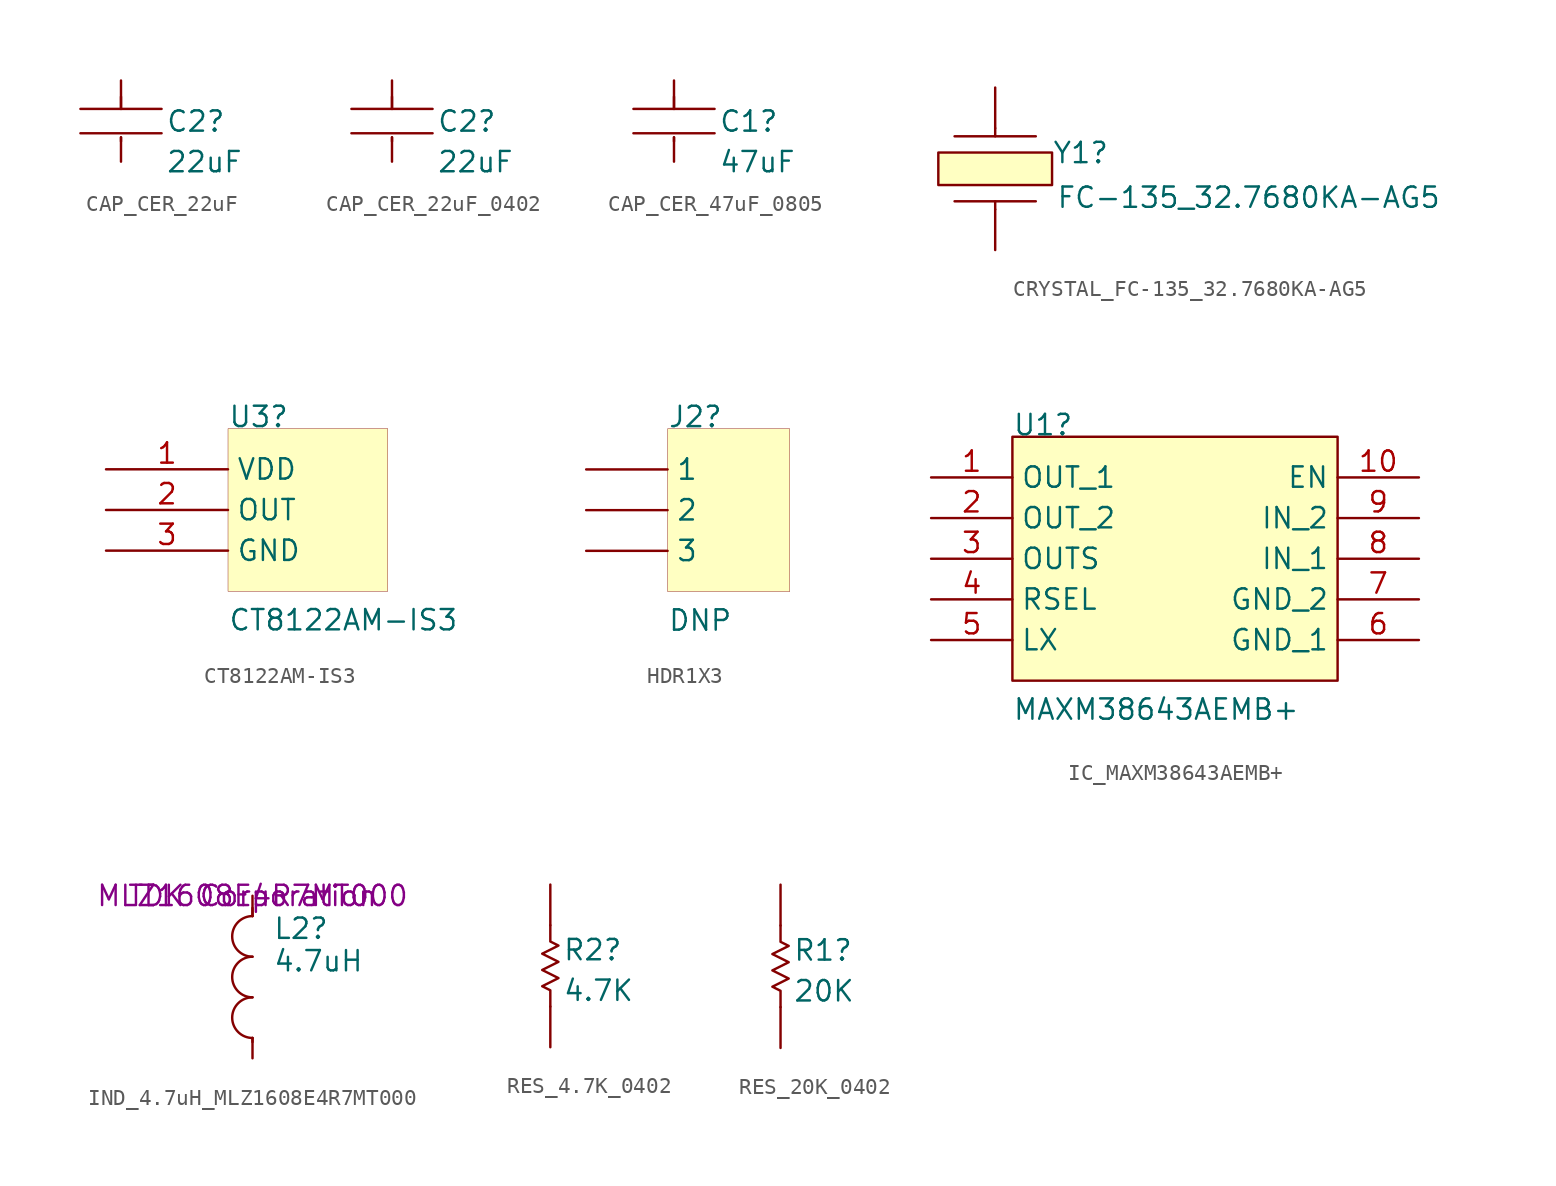
<source format=kicad_sym>
(kicad_symbol_lib
  (version 20241209)
  (generator "kicad_symbol_editor")
  (generator_version "9.0")
  (symbol "CAP_CER_22uF"
    (pin_numbers
      (hide yes))
    (pin_names
      (hide yes))
    (property "Reference" "C2"
      (at 2.794 -3.302 0)
      (effects (font (size 1.27 1.27)) (justify left bottom)))
    (property "Value" "${ALTIUM_VALUE}"
      (at 2.794 -5.842 0)
      (effects (font (size 1.27 1.27)) (justify left bottom)))
    (property "ALTIUM_VALUE" "22uF"
      (at -2.794 -8.382 0)
      (effects (font (size 1.27 1.27)) (justify left bottom) (hide yes)))
    (symbol "CAP_CER_22uF_1_0"
      (polyline (pts (xy 0 -1.778) (xy 0 -1.016)) (stroke (width 0) (type solid)) (fill (type none)))
      (polyline (pts (xy 0 -3.556) (xy 0 -3.81)) (stroke (width 0) (type solid)) (fill (type none)))
      (polyline (pts (xy 2.54 -1.778) (xy -2.54 -1.778)) (stroke (width 0) (type solid)) (fill (type none)))
      (polyline (pts (xy 2.54 -3.302) (xy -2.54 -3.302)) (stroke (width 0) (type solid)) (fill (type none)))
      (pin passive line (at 0 0 270) (length 1.778) (name "1" (effects (font (size 1.27 1.27)))) (number "1" (effects (font (size 1.27 1.27)))))
      (pin passive line (at 0 -5.08 90) (length 1.524) (name "2" (effects (font (size 1.27 1.27)))) (number "2" (effects (font (size 1.27 1.27)))))))
  (symbol "CAP_CER_22uF_0402"
    (pin_numbers
      (hide yes))
    (pin_names
      (hide yes))
    (property "Reference" "C2"
      (at 2.794 -3.302 0)
      (effects (font (size 1.27 1.27)) (justify left bottom)))
    (property "Value" "${ALTIUM_VALUE}"
      (at 2.794 -5.842 0)
      (effects (font (size 1.27 1.27)) (justify left bottom)))
    (property "ALTIUM_VALUE" "22uF"
      (at -2.794 -8.382 0)
      (effects (font (size 1.27 1.27)) (justify left bottom) (hide yes)))
    (symbol "CAP_CER_22uF_0402_1_0"
      (polyline (pts (xy 0 -1.778) (xy 0 -1.016)) (stroke (width 0) (type solid)) (fill (type none)))
      (polyline (pts (xy 0 -3.556) (xy 0 -3.81)) (stroke (width 0) (type solid)) (fill (type none)))
      (polyline (pts (xy 2.54 -1.778) (xy -2.54 -1.778)) (stroke (width 0) (type solid)) (fill (type none)))
      (polyline (pts (xy 2.54 -3.302) (xy -2.54 -3.302)) (stroke (width 0) (type solid)) (fill (type none)))
      (pin passive line (at 0 0 270) (length 1.778) (name "1" (effects (font (size 1.27 1.27)))) (number "1" (effects (font (size 1.27 1.27)))))
      (pin passive line (at 0 -5.08 90) (length 1.524) (name "2" (effects (font (size 1.27 1.27)))) (number "2" (effects (font (size 1.27 1.27)))))))
  (symbol "CAP_CER_47uF_0805"
    (pin_numbers
      (hide yes))
    (pin_names
      (hide yes))
    (property "Reference" "C1"
      (at 2.794 -3.302 0)
      (effects (font (size 1.27 1.27)) (justify left bottom)))
    (property "Value" "${CAPACITANCE}"
      (at 2.794 -5.842 0)
      (effects (font (size 1.27 1.27)) (justify left bottom)))
    (property "CAPACITANCE" "47uF"
      (at -2.794 0.508 0)
      (effects (font (size 1.27 1.27)) (justify left bottom) (hide yes)))
    (symbol "CAP_CER_47uF_0805_1_0"
      (polyline (pts (xy 0 -1.778) (xy 0 -1.016)) (stroke (width 0) (type solid)) (fill (type none)))
      (polyline (pts (xy 0 -3.556) (xy 0 -3.81)) (stroke (width 0) (type solid)) (fill (type none)))
      (polyline (pts (xy 2.54 -1.778) (xy -2.54 -1.778)) (stroke (width 0) (type solid)) (fill (type none)))
      (polyline (pts (xy 2.54 -3.302) (xy -2.54 -3.302)) (stroke (width 0) (type solid)) (fill (type none)))
      (pin passive line (at 0 0 270) (length 1.778) (name "1" (effects (font (size 1.27 1.27)))) (number "1" (effects (font (size 1.27 1.27)))))
      (pin passive line (at 0 -5.08 90) (length 1.524) (name "2" (effects (font (size 1.27 1.27)))) (number "2" (effects (font (size 1.27 1.27)))))))
  (symbol "CRYSTAL_FC-135_32.7680KA-AG5"
    (pin_numbers
      (hide yes))
    (pin_names
      (hide yes))
    (property "Reference" "Y1"
      (at 3.556 5.334 0)
      (effects (font (size 1.27 1.27)) (justify left bottom)))
    (property "Value" "FC-135_32.7680KA-AG5"
      (at 3.81 2.54 0)
      (effects (font (size 1.27 1.27)) (justify left bottom)))
    (symbol "CRYSTAL_FC-135_32.7680KA-AG5_1_0"
      (polyline (pts (xy -2.54 7.112) (xy 2.54 7.112)) (stroke (width 0) (type solid)) (fill (type none)))
      (polyline (pts (xy -2.54 3.048) (xy 2.54 3.048)) (stroke (width 0) (type solid)) (fill (type none)))
      (polyline (pts (xy 0 7.112) (xy 0 7.62)) (stroke (width 0) (type solid)) (fill (type none)))
      (polyline (pts (xy 0 3.048) (xy 0 2.54)) (stroke (width 0) (type solid)) (fill (type none)))
      (rectangle (start 3.556 6.096) (end -3.556 4.064) (stroke (width 0) (type solid) (color 128 0 0 1)) (fill (type background)))
      (pin passive line (at 0 10.16 270) (length 2.54) (name "" (effects (font (size 1.27 1.27)))) (number "1" (effects (font (size 1.27 1.27)))))
      (pin passive line (at 0 0 90) (length 2.54) (name "CRYSTAL_2" (effects (font (size 1.27 1.27)))) (number "2" (effects (font (size 1.27 1.27)))))))
  (symbol "CT8122AM-IS3"
    (property "Reference" "U3"
      (at 7.62 2.54 0)
      (effects (font (size 1.27 1.27)) (justify left bottom)))
    (property "Value" "CT8122AM-IS3"
      (at 7.62 -10.16 0)
      (effects (font (size 1.27 1.27)) (justify left bottom)))
    (symbol "CT8122AM-IS3_1_0"
      (rectangle (start 17.602 2.54) (end 7.62 -7.62) (stroke (width 0.025) (type solid) (color 128 0 0 1)) (fill (type background)))
      (pin power_in line (at 0 0 0) (length 7.62) (name "VDD" (effects (font (size 1.27 1.27)))) (number "1" (effects (font (size 1.27 1.27)))))
      (pin output line (at 0 -2.54 0) (length 7.62) (name "OUT" (effects (font (size 1.27 1.27)))) (number "2" (effects (font (size 1.27 1.27)))))
      (pin power_in line (at 0 -5.08 0) (length 7.62) (name "GND" (effects (font (size 1.27 1.27)))) (number "3" (effects (font (size 1.27 1.27)))))))
  (symbol "HDR1X3"
    (pin_numbers
      (hide yes))
    (property "Reference" "J2"
      (at 0 0 0)
      (effects (font (size 1.27 1.27)) (justify left bottom)))
    (property "Value" "DNP"
      (at 0 -12.7 0)
      (effects (font (size 1.27 1.27)) (justify left bottom)))
    (symbol "HDR1X3_1_0"
      (rectangle (start 7.62 0) (end 0 -10.16) (stroke (width 0.025) (type solid) (color 128 0 0 1)) (fill (type background)))
      (pin passive line (at -5.08 -2.54 0) (length 5.08) (name "1" (effects (font (size 1.27 1.27)))) (number "1" (effects (font (size 1.27 1.27)))))
      (pin passive line (at -5.08 -5.08 0) (length 5.08) (name "2" (effects (font (size 1.27 1.27)))) (number "2" (effects (font (size 1.27 1.27)))))
      (pin passive line (at -5.08 -7.62 0) (length 5.08) (name "3" (effects (font (size 1.27 1.27)))) (number "3" (effects (font (size 1.27 1.27)))))))
  (symbol "IC_MAXM38643AEMB+"
    (property "Reference" "U1"
      (at 5.08 2.54 0)
      (effects (font (size 1.27 1.27)) (justify left bottom)))
    (property "Value" "MAXM38643AEMB+"
      (at 5.08 -15.24 0)
      (effects (font (size 1.27 1.27)) (justify left bottom)))
    (symbol "IC_MAXM38643AEMB+_1_0"
      (rectangle (start 25.4 2.54) (end 5.08 -12.7) (stroke (width 0) (type solid) (color 128 0 0 1)) (fill (type background)))
      (pin passive line (at 0 0 0) (length 5.08) (name "OUT_1" (effects (font (size 1.27 1.27)))) (number "1" (effects (font (size 1.27 1.27)))))
      (pin passive line (at 0 -2.54 0) (length 5.08) (name "OUT_2" (effects (font (size 1.27 1.27)))) (number "2" (effects (font (size 1.27 1.27)))))
      (pin passive line (at 0 -5.08 0) (length 5.08) (name "OUTS" (effects (font (size 1.27 1.27)))) (number "3" (effects (font (size 1.27 1.27)))))
      (pin passive line (at 0 -7.62 0) (length 5.08) (name "RSEL" (effects (font (size 1.27 1.27)))) (number "4" (effects (font (size 1.27 1.27)))))
      (pin passive line (at 0 -10.16 0) (length 5.08) (name "LX" (effects (font (size 1.27 1.27)))) (number "5" (effects (font (size 1.27 1.27)))))
      (pin passive line (at 30.48 0 180) (length 5.08) (name "EN" (effects (font (size 1.27 1.27)))) (number "10" (effects (font (size 1.27 1.27)))))
      (pin passive line (at 30.48 -2.54 180) (length 5.08) (name "IN_2" (effects (font (size 1.27 1.27)))) (number "9" (effects (font (size 1.27 1.27)))))
      (pin passive line (at 30.48 -5.08 180) (length 5.08) (name "IN_1" (effects (font (size 1.27 1.27)))) (number "8" (effects (font (size 1.27 1.27)))))
      (pin passive line (at 30.48 -7.62 180) (length 5.08) (name "GND_2" (effects (font (size 1.27 1.27)))) (number "7" (effects (font (size 1.27 1.27)))))
      (pin passive line (at 30.48 -10.16 180) (length 5.08) (name "GND_1" (effects (font (size 1.27 1.27)))) (number "6" (effects (font (size 1.27 1.27)))))))
  (symbol "IND_4.7uH_MLZ1608E4R7MT000"
    (pin_numbers
      (hide yes))
    (pin_names
      (hide yes))
    (property "Reference" "L2"
      (at 1.27 -2.794 0)
      (effects (font (size 1.27 1.27)) (justify left bottom)))
    (property "Value" "${INDUCTANCE}"
      (at 1.27 -4.826 0)
      (effects (font (size 1.27 1.27)) (justify left bottom)))
    (property "INDUCTANCE" "4.7uH"
      (at -0.508 1.27 0)
      (effects (font (size 1.27 1.27)) (justify left bottom) (hide yes)))
    (property "MANUFACTURER" "TDK Corporation"
      (at 0 0 0)
      (effects (font (size 1.27 1.27))))
    (property "MANUFACTURER PN" "MLZ1608E4R7MT000"
      (at 0 0 0)
      (effects (font (size 1.27 1.27))))
    (symbol "IND_4.7uH_MLZ1608E4R7MT000_1_0"
      (polyline (pts (xy 0 -1.27) (xy 0 -0.762)) (stroke (width 0) (type solid)) (fill (type none)))
      (arc (start 0 -3.81) (mid -1.27 -2.54) (end 0 -1.27) (stroke (width 0) (type solid)) (fill (type none)))
      (arc (start 0 -6.35) (mid -1.27 -5.08) (end 0 -3.81) (stroke (width 0) (type solid)) (fill (type none)))
      (arc (start 0 -8.89) (mid -1.27 -7.62) (end 0 -6.35) (stroke (width 0) (type solid)) (fill (type none)))
      (polyline (pts (xy 0 -8.89) (xy 0 -9.144)) (stroke (width 0) (type solid)) (fill (type none)))
      (pin passive line (at 0 0 270) (length 1.27) (name "1" (effects (font (size 1.27 1.27)))) (number "1" (effects (font (size 1.27 1.27)))))
      (pin passive line (at 0 -10.16 90) (length 1.27) (name "2" (effects (font (size 1.27 1.27)))) (number "2" (effects (font (size 1.27 1.27)))))))
  (symbol "RES_4.7K_0402"
    (pin_numbers
      (hide yes))
    (pin_names
      (hide yes))
    (property "Reference" "R2"
      (at 3.302 2.794 0)
      (effects (font (size 1.27 1.27)) (justify left bottom)))
    (property "Value" "${ALTIUM_VALUE}"
      (at 3.302 0.254 0)
      (effects (font (size 1.27 1.27)) (justify left bottom)))
    (property "ALTIUM_VALUE" "4.7K"
      (at 1.778 -5.588 0)
      (effects (font (size 1.27 1.27)) (justify left bottom) (hide yes)))
    (symbol "RES_4.7K_0402_1_0"
      (polyline (pts (xy 2.54 5.08) (xy 2.54 4.064) (xy 3.048 3.81) (xy 2.032 3.302) (xy 3.048 2.794) (xy 2.032 2.286) (xy 3.048 1.778) (xy 2.032 1.27) (xy 2.54 1.016) (xy 2.54 0)) (stroke (width 0) (type solid)) (fill (type none)))
      (pin passive line (at 2.54 7.62 270) (length 2.54) (name "2" (effects (font (size 1.27 1.27)))) (number "2" (effects (font (size 1.27 1.27)))))
      (pin passive line (at 2.54 -2.54 90) (length 2.54) (name "1" (effects (font (size 1.27 1.27)))) (number "1" (effects (font (size 1.27 1.27)))))))
  (symbol "RES_20K_0402"
    (pin_numbers
      (hide yes))
    (pin_names
      (hide yes))
    (property "Reference" "R1"
      (at 3.302 2.794 0)
      (effects (font (size 1.27 1.27)) (justify left bottom)))
    (property "Value" "${ALTIUM_VALUE}"
      (at 3.302 0.254 0)
      (effects (font (size 1.27 1.27)) (justify left bottom)))
    (property "ALTIUM_VALUE" "20K"
      (at 1.778 -5.588 0)
      (effects (font (size 1.27 1.27)) (justify left bottom) (hide yes)))
    (symbol "RES_20K_0402_1_0"
      (polyline (pts (xy 2.54 5.08) (xy 2.54 4.064) (xy 3.048 3.81) (xy 2.032 3.302) (xy 3.048 2.794) (xy 2.032 2.286) (xy 3.048 1.778) (xy 2.032 1.27) (xy 2.54 1.016) (xy 2.54 0)) (stroke (width 0) (type solid)) (fill (type none)))
      (pin passive line (at 2.54 7.62 270) (length 2.54) (name "2" (effects (font (size 1.27 1.27)))) (number "2" (effects (font (size 1.27 1.27)))))
      (pin passive line (at 2.54 -2.54 90) (length 2.54) (name "1" (effects (font (size 1.27 1.27)))) (number "1" (effects (font (size 1.27 1.27))))))))
</source>
